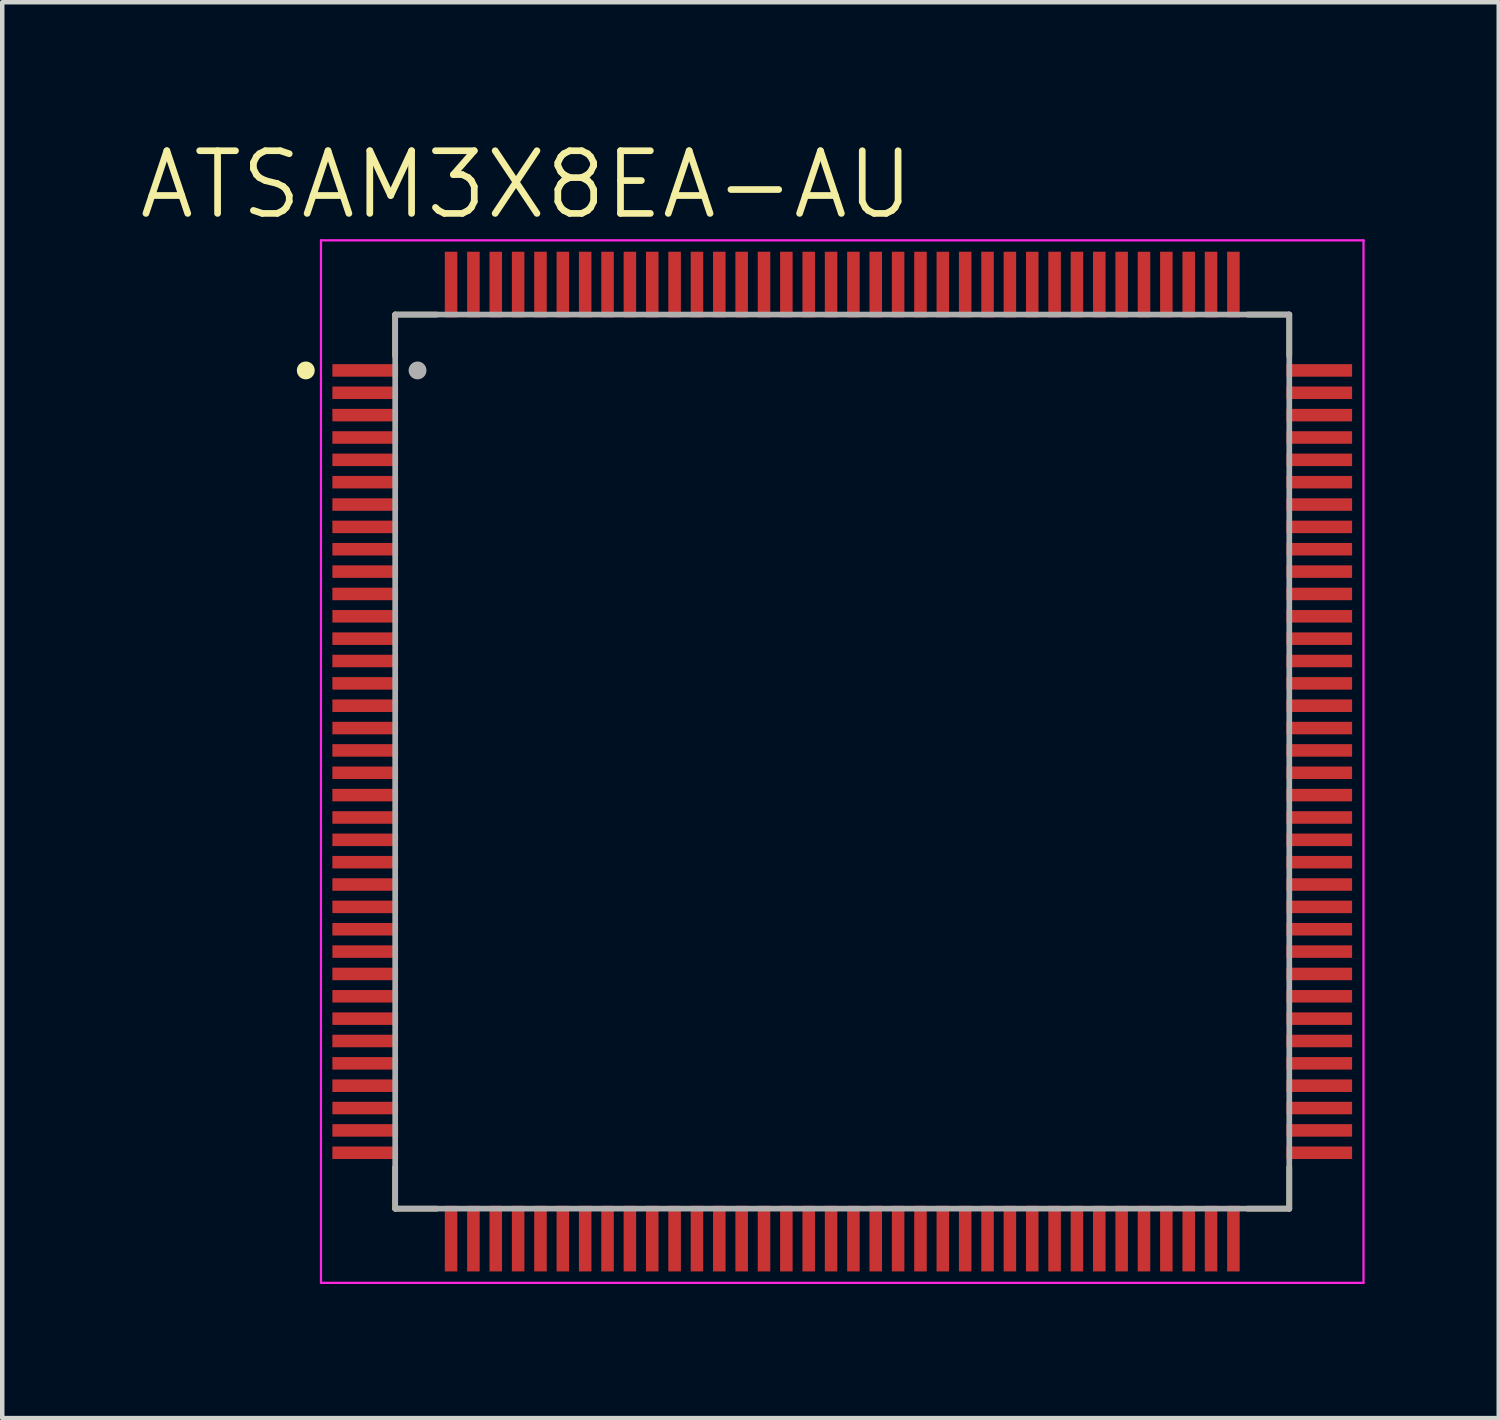
<source format=kicad_pcb>
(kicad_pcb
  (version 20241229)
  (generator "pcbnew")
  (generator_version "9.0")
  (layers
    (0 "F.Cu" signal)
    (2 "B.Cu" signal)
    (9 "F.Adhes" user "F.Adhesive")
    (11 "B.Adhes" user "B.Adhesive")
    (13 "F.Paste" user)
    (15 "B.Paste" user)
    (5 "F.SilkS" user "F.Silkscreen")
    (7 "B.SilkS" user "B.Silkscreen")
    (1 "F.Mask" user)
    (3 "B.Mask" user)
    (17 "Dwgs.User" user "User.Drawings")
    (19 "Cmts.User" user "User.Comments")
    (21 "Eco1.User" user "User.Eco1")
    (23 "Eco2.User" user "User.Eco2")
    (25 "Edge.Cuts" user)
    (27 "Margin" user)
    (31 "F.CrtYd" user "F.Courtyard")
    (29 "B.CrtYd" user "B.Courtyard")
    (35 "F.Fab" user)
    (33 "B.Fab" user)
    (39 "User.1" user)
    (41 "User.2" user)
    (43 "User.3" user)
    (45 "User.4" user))
  (footprint "ATSAM3X8EA-AU"
    (layer "F.Cu")
    (at 15.79 13.986)
    (property "Reference" "ATSAM3X8EA-AU" (at -7.063 -12.903 0) (layer "F.SilkS") (effects (font (size 1.402 1.402) (thickness 0.15))))
    (attr through_hole)
    (fp_line (start -10 -10) (end -9.07 -10) (stroke (width 0.127) (type solid)) (layer "F.SilkS"))
    (fp_line (start -10 -9.07) (end -10 -10) (stroke (width 0.127) (type solid)) (layer "F.SilkS"))
    (fp_line (start -10 9.07) (end -10 10) (stroke (width 0.127) (type solid)) (layer "F.SilkS"))
    (fp_line (start -10 10) (end -9.07 10) (stroke (width 0.127) (type solid)) (layer "F.SilkS"))
    (fp_line (start 9.07 -10) (end 10 -10) (stroke (width 0.127) (type solid)) (layer "F.SilkS"))
    (fp_line (start 9.07 10) (end 10 10) (stroke (width 0.127) (type solid)) (layer "F.SilkS"))
    (fp_line (start 10 -10) (end 10 -9.07) (stroke (width 0.127) (type solid)) (layer "F.SilkS"))
    (fp_line (start 10 10) (end 10 9.07) (stroke (width 0.127) (type solid)) (layer "F.SilkS"))
    (fp_circle (center -12 -8.75) (end -11.9 -8.75) (stroke (width 0.2) (type solid)) (fill no) (layer "F.SilkS"))
    (fp_line (start -11.66 -11.66) (end 11.66 -11.66) (stroke (width 0.05) (type solid)) (layer "F.CrtYd"))
    (fp_line (start -11.66 11.66) (end -11.66 -11.66) (stroke (width 0.05) (type solid)) (layer "F.CrtYd"))
    (fp_line (start 11.66 -11.66) (end 11.66 11.66) (stroke (width 0.05) (type solid)) (layer "F.CrtYd"))
    (fp_line (start 11.66 11.66) (end -11.66 11.66) (stroke (width 0.05) (type solid)) (layer "F.CrtYd"))
    (fp_line (start -10 -10) (end 10 -10) (stroke (width 0.127) (type solid)) (layer "F.Fab"))
    (fp_line (start -10 10) (end -10 -10) (stroke (width 0.127) (type solid)) (layer "F.Fab"))
    (fp_line (start 10 -10) (end 10 10) (stroke (width 0.127) (type solid)) (layer "F.Fab"))
    (fp_line (start 10 10) (end -10 10) (stroke (width 0.127) (type solid)) (layer "F.Fab"))
    (fp_circle (center -9.5 -8.75) (end -9.4 -8.75) (stroke (width 0.2) (type solid)) (fill no) (layer "F.Fab"))
    (pad "1" smd rect (at -10.67 -8.75) (size 1.47 0.28) (layers "F.Cu" "F.Mask" "F.Paste"))
    (pad "2" smd rect (at -10.67 -8.25) (size 1.47 0.28) (layers "F.Cu" "F.Mask" "F.Paste"))
    (pad "3" smd rect (at -10.67 -7.75) (size 1.47 0.28) (layers "F.Cu" "F.Mask" "F.Paste"))
    (pad "4" smd rect (at -10.67 -7.25) (size 1.47 0.28) (layers "F.Cu" "F.Mask" "F.Paste"))
    (pad "5" smd rect (at -10.67 -6.75) (size 1.47 0.28) (layers "F.Cu" "F.Mask" "F.Paste"))
    (pad "6" smd rect (at -10.67 -6.25) (size 1.47 0.28) (layers "F.Cu" "F.Mask" "F.Paste"))
    (pad "7" smd rect (at -10.67 -5.75) (size 1.47 0.28) (layers "F.Cu" "F.Mask" "F.Paste"))
    (pad "8" smd rect (at -10.67 -5.25) (size 1.47 0.28) (layers "F.Cu" "F.Mask" "F.Paste"))
    (pad "9" smd rect (at -10.67 -4.75) (size 1.47 0.28) (layers "F.Cu" "F.Mask" "F.Paste"))
    (pad "10" smd rect (at -10.67 -4.25) (size 1.47 0.28) (layers "F.Cu" "F.Mask" "F.Paste"))
    (pad "11" smd rect (at -10.67 -3.75) (size 1.47 0.28) (layers "F.Cu" "F.Mask" "F.Paste"))
    (pad "12" smd rect (at -10.67 -3.25) (size 1.47 0.28) (layers "F.Cu" "F.Mask" "F.Paste"))
    (pad "13" smd rect (at -10.67 -2.75) (size 1.47 0.28) (layers "F.Cu" "F.Mask" "F.Paste"))
    (pad "14" smd rect (at -10.67 -2.25) (size 1.47 0.28) (layers "F.Cu" "F.Mask" "F.Paste"))
    (pad "15" smd rect (at -10.67 -1.75) (size 1.47 0.28) (layers "F.Cu" "F.Mask" "F.Paste"))
    (pad "16" smd rect (at -10.67 -1.25) (size 1.47 0.28) (layers "F.Cu" "F.Mask" "F.Paste"))
    (pad "17" smd rect (at -10.67 -0.75) (size 1.47 0.28) (layers "F.Cu" "F.Mask" "F.Paste"))
    (pad "18" smd rect (at -10.67 -0.25) (size 1.47 0.28) (layers "F.Cu" "F.Mask" "F.Paste"))
    (pad "19" smd rect (at -10.67 0.25) (size 1.47 0.28) (layers "F.Cu" "F.Mask" "F.Paste"))
    (pad "20" smd rect (at -10.67 0.75) (size 1.47 0.28) (layers "F.Cu" "F.Mask" "F.Paste"))
    (pad "21" smd rect (at -10.67 1.25) (size 1.47 0.28) (layers "F.Cu" "F.Mask" "F.Paste"))
    (pad "22" smd rect (at -10.67 1.75) (size 1.47 0.28) (layers "F.Cu" "F.Mask" "F.Paste"))
    (pad "23" smd rect (at -10.67 2.25) (size 1.47 0.28) (layers "F.Cu" "F.Mask" "F.Paste"))
    (pad "24" smd rect (at -10.67 2.75) (size 1.47 0.28) (layers "F.Cu" "F.Mask" "F.Paste"))
    (pad "25" smd rect (at -10.67 3.25) (size 1.47 0.28) (layers "F.Cu" "F.Mask" "F.Paste"))
    (pad "26" smd rect (at -10.67 3.75) (size 1.47 0.28) (layers "F.Cu" "F.Mask" "F.Paste"))
    (pad "27" smd rect (at -10.67 4.25) (size 1.47 0.28) (layers "F.Cu" "F.Mask" "F.Paste"))
    (pad "28" smd rect (at -10.67 4.75) (size 1.47 0.28) (layers "F.Cu" "F.Mask" "F.Paste"))
    (pad "29" smd rect (at -10.67 5.25) (size 1.47 0.28) (layers "F.Cu" "F.Mask" "F.Paste"))
    (pad "30" smd rect (at -10.67 5.75) (size 1.47 0.28) (layers "F.Cu" "F.Mask" "F.Paste"))
    (pad "31" smd rect (at -10.67 6.25) (size 1.47 0.28) (layers "F.Cu" "F.Mask" "F.Paste"))
    (pad "32" smd rect (at -10.67 6.75) (size 1.47 0.28) (layers "F.Cu" "F.Mask" "F.Paste"))
    (pad "33" smd rect (at -10.67 7.25) (size 1.47 0.28) (layers "F.Cu" "F.Mask" "F.Paste"))
    (pad "34" smd rect (at -10.67 7.75) (size 1.47 0.28) (layers "F.Cu" "F.Mask" "F.Paste"))
    (pad "35" smd rect (at -10.67 8.25) (size 1.47 0.28) (layers "F.Cu" "F.Mask" "F.Paste"))
    (pad "36" smd rect (at -10.67 8.75) (size 1.47 0.28) (layers "F.Cu" "F.Mask" "F.Paste"))
    (pad "37" smd rect (at -8.75 10.67) (size 0.28 1.47) (layers "F.Cu" "F.Mask" "F.Paste"))
    (pad "38" smd rect (at -8.25 10.67) (size 0.28 1.47) (layers "F.Cu" "F.Mask" "F.Paste"))
    (pad "39" smd rect (at -7.75 10.67) (size 0.28 1.47) (layers "F.Cu" "F.Mask" "F.Paste"))
    (pad "40" smd rect (at -7.25 10.67) (size 0.28 1.47) (layers "F.Cu" "F.Mask" "F.Paste"))
    (pad "41" smd rect (at -6.75 10.67) (size 0.28 1.47) (layers "F.Cu" "F.Mask" "F.Paste"))
    (pad "42" smd rect (at -6.25 10.67) (size 0.28 1.47) (layers "F.Cu" "F.Mask" "F.Paste"))
    (pad "43" smd rect (at -5.75 10.67) (size 0.28 1.47) (layers "F.Cu" "F.Mask" "F.Paste"))
    (pad "44" smd rect (at -5.25 10.67) (size 0.28 1.47) (layers "F.Cu" "F.Mask" "F.Paste"))
    (pad "45" smd rect (at -4.75 10.67) (size 0.28 1.47) (layers "F.Cu" "F.Mask" "F.Paste"))
    (pad "46" smd rect (at -4.25 10.67) (size 0.28 1.47) (layers "F.Cu" "F.Mask" "F.Paste"))
    (pad "47" smd rect (at -3.75 10.67) (size 0.28 1.47) (layers "F.Cu" "F.Mask" "F.Paste"))
    (pad "48" smd rect (at -3.25 10.67) (size 0.28 1.47) (layers "F.Cu" "F.Mask" "F.Paste"))
    (pad "49" smd rect (at -2.75 10.67) (size 0.28 1.47) (layers "F.Cu" "F.Mask" "F.Paste"))
    (pad "50" smd rect (at -2.25 10.67) (size 0.28 1.47) (layers "F.Cu" "F.Mask" "F.Paste"))
    (pad "51" smd rect (at -1.75 10.67) (size 0.28 1.47) (layers "F.Cu" "F.Mask" "F.Paste"))
    (pad "52" smd rect (at -1.25 10.67) (size 0.28 1.47) (layers "F.Cu" "F.Mask" "F.Paste"))
    (pad "53" smd rect (at -0.75 10.67) (size 0.28 1.47) (layers "F.Cu" "F.Mask" "F.Paste"))
    (pad "54" smd rect (at -0.25 10.67) (size 0.28 1.47) (layers "F.Cu" "F.Mask" "F.Paste"))
    (pad "55" smd rect (at 0.25 10.67) (size 0.28 1.47) (layers "F.Cu" "F.Mask" "F.Paste"))
    (pad "56" smd rect (at 0.75 10.67) (size 0.28 1.47) (layers "F.Cu" "F.Mask" "F.Paste"))
    (pad "57" smd rect (at 1.25 10.67) (size 0.28 1.47) (layers "F.Cu" "F.Mask" "F.Paste"))
    (pad "58" smd rect (at 1.75 10.67) (size 0.28 1.47) (layers "F.Cu" "F.Mask" "F.Paste"))
    (pad "59" smd rect (at 2.25 10.67) (size 0.28 1.47) (layers "F.Cu" "F.Mask" "F.Paste"))
    (pad "60" smd rect (at 2.75 10.67) (size 0.28 1.47) (layers "F.Cu" "F.Mask" "F.Paste"))
    (pad "61" smd rect (at 3.25 10.67) (size 0.28 1.47) (layers "F.Cu" "F.Mask" "F.Paste"))
    (pad "62" smd rect (at 3.75 10.67) (size 0.28 1.47) (layers "F.Cu" "F.Mask" "F.Paste"))
    (pad "63" smd rect (at 4.25 10.67) (size 0.28 1.47) (layers "F.Cu" "F.Mask" "F.Paste"))
    (pad "64" smd rect (at 4.75 10.67) (size 0.28 1.47) (layers "F.Cu" "F.Mask" "F.Paste"))
    (pad "65" smd rect (at 5.25 10.67) (size 0.28 1.47) (layers "F.Cu" "F.Mask" "F.Paste"))
    (pad "66" smd rect (at 5.75 10.67) (size 0.28 1.47) (layers "F.Cu" "F.Mask" "F.Paste"))
    (pad "67" smd rect (at 6.25 10.67) (size 0.28 1.47) (layers "F.Cu" "F.Mask" "F.Paste"))
    (pad "68" smd rect (at 6.75 10.67) (size 0.28 1.47) (layers "F.Cu" "F.Mask" "F.Paste"))
    (pad "69" smd rect (at 7.25 10.67) (size 0.28 1.47) (layers "F.Cu" "F.Mask" "F.Paste"))
    (pad "70" smd rect (at 7.75 10.67) (size 0.28 1.47) (layers "F.Cu" "F.Mask" "F.Paste"))
    (pad "71" smd rect (at 8.25 10.67) (size 0.28 1.47) (layers "F.Cu" "F.Mask" "F.Paste"))
    (pad "72" smd rect (at 8.75 10.67) (size 0.28 1.47) (layers "F.Cu" "F.Mask" "F.Paste"))
    (pad "73" smd rect (at 10.67 8.75) (size 1.47 0.28) (layers "F.Cu" "F.Mask" "F.Paste"))
    (pad "74" smd rect (at 10.67 8.25) (size 1.47 0.28) (layers "F.Cu" "F.Mask" "F.Paste"))
    (pad "75" smd rect (at 10.67 7.75) (size 1.47 0.28) (layers "F.Cu" "F.Mask" "F.Paste"))
    (pad "76" smd rect (at 10.67 7.25) (size 1.47 0.28) (layers "F.Cu" "F.Mask" "F.Paste"))
    (pad "77" smd rect (at 10.67 6.75) (size 1.47 0.28) (layers "F.Cu" "F.Mask" "F.Paste"))
    (pad "78" smd rect (at 10.67 6.25) (size 1.47 0.28) (layers "F.Cu" "F.Mask" "F.Paste"))
    (pad "79" smd rect (at 10.67 5.75) (size 1.47 0.28) (layers "F.Cu" "F.Mask" "F.Paste"))
    (pad "80" smd rect (at 10.67 5.25) (size 1.47 0.28) (layers "F.Cu" "F.Mask" "F.Paste"))
    (pad "81" smd rect (at 10.67 4.75) (size 1.47 0.28) (layers "F.Cu" "F.Mask" "F.Paste"))
    (pad "82" smd rect (at 10.67 4.25) (size 1.47 0.28) (layers "F.Cu" "F.Mask" "F.Paste"))
    (pad "83" smd rect (at 10.67 3.75) (size 1.47 0.28) (layers "F.Cu" "F.Mask" "F.Paste"))
    (pad "84" smd rect (at 10.67 3.25) (size 1.47 0.28) (layers "F.Cu" "F.Mask" "F.Paste"))
    (pad "85" smd rect (at 10.67 2.75) (size 1.47 0.28) (layers "F.Cu" "F.Mask" "F.Paste"))
    (pad "86" smd rect (at 10.67 2.25) (size 1.47 0.28) (layers "F.Cu" "F.Mask" "F.Paste"))
    (pad "87" smd rect (at 10.67 1.75) (size 1.47 0.28) (layers "F.Cu" "F.Mask" "F.Paste"))
    (pad "88" smd rect (at 10.67 1.25) (size 1.47 0.28) (layers "F.Cu" "F.Mask" "F.Paste"))
    (pad "89" smd rect (at 10.67 0.75) (size 1.47 0.28) (layers "F.Cu" "F.Mask" "F.Paste"))
    (pad "90" smd rect (at 10.67 0.25) (size 1.47 0.28) (layers "F.Cu" "F.Mask" "F.Paste"))
    (pad "91" smd rect (at 10.67 -0.25) (size 1.47 0.28) (layers "F.Cu" "F.Mask" "F.Paste"))
    (pad "92" smd rect (at 10.67 -0.75) (size 1.47 0.28) (layers "F.Cu" "F.Mask" "F.Paste"))
    (pad "93" smd rect (at 10.67 -1.25) (size 1.47 0.28) (layers "F.Cu" "F.Mask" "F.Paste"))
    (pad "94" smd rect (at 10.67 -1.75) (size 1.47 0.28) (layers "F.Cu" "F.Mask" "F.Paste"))
    (pad "95" smd rect (at 10.67 -2.25) (size 1.47 0.28) (layers "F.Cu" "F.Mask" "F.Paste"))
    (pad "96" smd rect (at 10.67 -2.75) (size 1.47 0.28) (layers "F.Cu" "F.Mask" "F.Paste"))
    (pad "97" smd rect (at 10.67 -3.25) (size 1.47 0.28) (layers "F.Cu" "F.Mask" "F.Paste"))
    (pad "98" smd rect (at 10.67 -3.75) (size 1.47 0.28) (layers "F.Cu" "F.Mask" "F.Paste"))
    (pad "99" smd rect (at 10.67 -4.25) (size 1.47 0.28) (layers "F.Cu" "F.Mask" "F.Paste"))
    (pad "100" smd rect (at 10.67 -4.75) (size 1.47 0.28) (layers "F.Cu" "F.Mask" "F.Paste"))
    (pad "101" smd rect (at 10.67 -5.25) (size 1.47 0.28) (layers "F.Cu" "F.Mask" "F.Paste"))
    (pad "102" smd rect (at 10.67 -5.75) (size 1.47 0.28) (layers "F.Cu" "F.Mask" "F.Paste"))
    (pad "103" smd rect (at 10.67 -6.25) (size 1.47 0.28) (layers "F.Cu" "F.Mask" "F.Paste"))
    (pad "104" smd rect (at 10.67 -6.75) (size 1.47 0.28) (layers "F.Cu" "F.Mask" "F.Paste"))
    (pad "105" smd rect (at 10.67 -7.25) (size 1.47 0.28) (layers "F.Cu" "F.Mask" "F.Paste"))
    (pad "106" smd rect (at 10.67 -7.75) (size 1.47 0.28) (layers "F.Cu" "F.Mask" "F.Paste"))
    (pad "107" smd rect (at 10.67 -8.25) (size 1.47 0.28) (layers "F.Cu" "F.Mask" "F.Paste"))
    (pad "108" smd rect (at 10.67 -8.75) (size 1.47 0.28) (layers "F.Cu" "F.Mask" "F.Paste"))
    (pad "109" smd rect (at 8.75 -10.67) (size 0.28 1.47) (layers "F.Cu" "F.Mask" "F.Paste"))
    (pad "110" smd rect (at 8.25 -10.67) (size 0.28 1.47) (layers "F.Cu" "F.Mask" "F.Paste"))
    (pad "111" smd rect (at 7.75 -10.67) (size 0.28 1.47) (layers "F.Cu" "F.Mask" "F.Paste"))
    (pad "112" smd rect (at 7.25 -10.67) (size 0.28 1.47) (layers "F.Cu" "F.Mask" "F.Paste"))
    (pad "113" smd rect (at 6.75 -10.67) (size 0.28 1.47) (layers "F.Cu" "F.Mask" "F.Paste"))
    (pad "114" smd rect (at 6.25 -10.67) (size 0.28 1.47) (layers "F.Cu" "F.Mask" "F.Paste"))
    (pad "115" smd rect (at 5.75 -10.67) (size 0.28 1.47) (layers "F.Cu" "F.Mask" "F.Paste"))
    (pad "116" smd rect (at 5.25 -10.67) (size 0.28 1.47) (layers "F.Cu" "F.Mask" "F.Paste"))
    (pad "117" smd rect (at 4.75 -10.67) (size 0.28 1.47) (layers "F.Cu" "F.Mask" "F.Paste"))
    (pad "118" smd rect (at 4.25 -10.67) (size 0.28 1.47) (layers "F.Cu" "F.Mask" "F.Paste"))
    (pad "119" smd rect (at 3.75 -10.67) (size 0.28 1.47) (layers "F.Cu" "F.Mask" "F.Paste"))
    (pad "120" smd rect (at 3.25 -10.67) (size 0.28 1.47) (layers "F.Cu" "F.Mask" "F.Paste"))
    (pad "121" smd rect (at 2.75 -10.67) (size 0.28 1.47) (layers "F.Cu" "F.Mask" "F.Paste"))
    (pad "122" smd rect (at 2.25 -10.67) (size 0.28 1.47) (layers "F.Cu" "F.Mask" "F.Paste"))
    (pad "123" smd rect (at 1.75 -10.67) (size 0.28 1.47) (layers "F.Cu" "F.Mask" "F.Paste"))
    (pad "124" smd rect (at 1.25 -10.67) (size 0.28 1.47) (layers "F.Cu" "F.Mask" "F.Paste"))
    (pad "125" smd rect (at 0.75 -10.67) (size 0.28 1.47) (layers "F.Cu" "F.Mask" "F.Paste"))
    (pad "126" smd rect (at 0.25 -10.67) (size 0.28 1.47) (layers "F.Cu" "F.Mask" "F.Paste"))
    (pad "127" smd rect (at -0.25 -10.67) (size 0.28 1.47) (layers "F.Cu" "F.Mask" "F.Paste"))
    (pad "128" smd rect (at -0.75 -10.67) (size 0.28 1.47) (layers "F.Cu" "F.Mask" "F.Paste"))
    (pad "129" smd rect (at -1.25 -10.67) (size 0.28 1.47) (layers "F.Cu" "F.Mask" "F.Paste"))
    (pad "130" smd rect (at -1.75 -10.67) (size 0.28 1.47) (layers "F.Cu" "F.Mask" "F.Paste"))
    (pad "131" smd rect (at -2.25 -10.67) (size 0.28 1.47) (layers "F.Cu" "F.Mask" "F.Paste"))
    (pad "132" smd rect (at -2.75 -10.67) (size 0.28 1.47) (layers "F.Cu" "F.Mask" "F.Paste"))
    (pad "133" smd rect (at -3.25 -10.67) (size 0.28 1.47) (layers "F.Cu" "F.Mask" "F.Paste"))
    (pad "134" smd rect (at -3.75 -10.67) (size 0.28 1.47) (layers "F.Cu" "F.Mask" "F.Paste"))
    (pad "135" smd rect (at -4.25 -10.67) (size 0.28 1.47) (layers "F.Cu" "F.Mask" "F.Paste"))
    (pad "136" smd rect (at -4.75 -10.67) (size 0.28 1.47) (layers "F.Cu" "F.Mask" "F.Paste"))
    (pad "137" smd rect (at -5.25 -10.67) (size 0.28 1.47) (layers "F.Cu" "F.Mask" "F.Paste"))
    (pad "138" smd rect (at -5.75 -10.67) (size 0.28 1.47) (layers "F.Cu" "F.Mask" "F.Paste"))
    (pad "139" smd rect (at -6.25 -10.67) (size 0.28 1.47) (layers "F.Cu" "F.Mask" "F.Paste"))
    (pad "140" smd rect (at -6.75 -10.67) (size 0.28 1.47) (layers "F.Cu" "F.Mask" "F.Paste"))
    (pad "141" smd rect (at -7.25 -10.67) (size 0.28 1.47) (layers "F.Cu" "F.Mask" "F.Paste"))
    (pad "142" smd rect (at -7.75 -10.67) (size 0.28 1.47) (layers "F.Cu" "F.Mask" "F.Paste"))
    (pad "143" smd rect (at -8.25 -10.67) (size 0.28 1.47) (layers "F.Cu" "F.Mask" "F.Paste"))
    (pad "144" smd rect (at -8.75 -10.67) (size 0.28 1.47) (layers "F.Cu" "F.Mask" "F.Paste")))
  (gr_rect
    (start -3 -3)
    (end 30.475 28.671)
    (stroke (width 0.1) (type default))
    (fill no)
    (layer "Edge.Cuts")))
</source>
